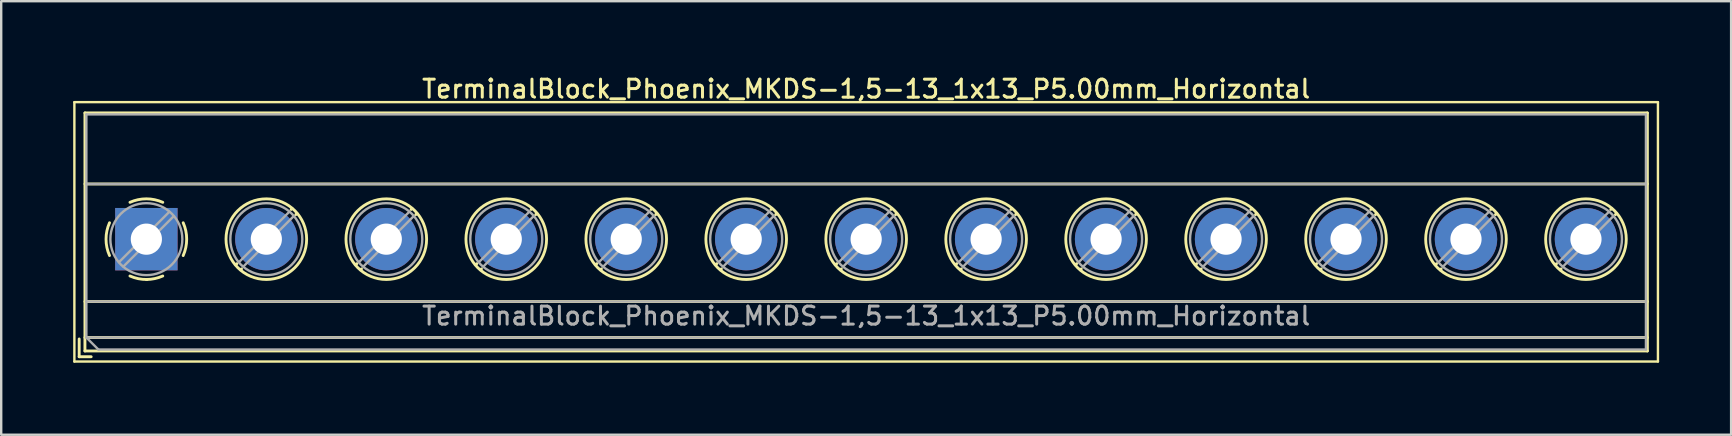
<source format=kicad_pcb>
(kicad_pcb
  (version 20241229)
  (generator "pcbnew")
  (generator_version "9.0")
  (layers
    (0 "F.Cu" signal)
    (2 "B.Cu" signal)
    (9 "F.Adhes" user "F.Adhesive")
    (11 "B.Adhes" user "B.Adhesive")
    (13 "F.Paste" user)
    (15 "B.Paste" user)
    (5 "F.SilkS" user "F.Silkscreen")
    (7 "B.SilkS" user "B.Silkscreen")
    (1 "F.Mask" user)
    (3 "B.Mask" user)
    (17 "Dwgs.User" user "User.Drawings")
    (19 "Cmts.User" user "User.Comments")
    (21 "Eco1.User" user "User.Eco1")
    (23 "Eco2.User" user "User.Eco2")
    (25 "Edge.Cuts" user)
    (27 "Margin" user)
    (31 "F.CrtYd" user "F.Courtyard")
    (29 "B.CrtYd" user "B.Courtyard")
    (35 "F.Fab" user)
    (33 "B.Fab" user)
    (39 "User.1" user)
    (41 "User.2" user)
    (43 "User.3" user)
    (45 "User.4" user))
  (footprint "TerminalBlock_Phoenix_MKDS-1,5-13_1x13_P5.00mm_Horizontal"
    (layer "F.Cu")
    (at 3.05 6.918)
    (property "Reference" "TerminalBlock_Phoenix_MKDS-1,5-13_1x13_P5.00mm_Horizontal" (at 30 -6.26 0) (layer "F.SilkS") (effects (font (size 0.75 0.75) (thickness 0.125))))
    (attr through_hole)
    (fp_line (start -3 -5.71) (end -3 5.1) (stroke (width 0.1) (type solid)) (layer "F.SilkS"))
    (fp_line (start -3 5.1) (end 63 5.1) (stroke (width 0.1) (type solid)) (layer "F.SilkS"))
    (fp_line (start -2.8 4.16) (end -2.8 4.9) (stroke (width 0.12) (type solid)) (layer "F.SilkS"))
    (fp_line (start -2.8 4.9) (end -2.3 4.9) (stroke (width 0.12) (type solid)) (layer "F.SilkS"))
    (fp_line (start -2.56 -5.261) (end -2.56 4.66) (stroke (width 0.12) (type solid)) (layer "F.SilkS"))
    (fp_line (start -2.56 -5.261) (end 62.56 -5.261) (stroke (width 0.12) (type solid)) (layer "F.SilkS"))
    (fp_line (start -2.56 -2.301) (end 62.56 -2.301) (stroke (width 0.12) (type solid)) (layer "F.SilkS"))
    (fp_line (start -2.56 2.6) (end 62.56 2.6) (stroke (width 0.12) (type solid)) (layer "F.SilkS"))
    (fp_line (start -2.56 4.1) (end 62.56 4.1) (stroke (width 0.12) (type solid)) (layer "F.SilkS"))
    (fp_line (start -2.56 4.66) (end 62.56 4.66) (stroke (width 0.12) (type solid)) (layer "F.SilkS"))
    (fp_line (start 3.773 1.023) (end 3.726 1.069) (stroke (width 0.12) (type solid)) (layer "F.SilkS"))
    (fp_line (start 3.966 1.239) (end 3.931 1.274) (stroke (width 0.12) (type solid)) (layer "F.SilkS"))
    (fp_line (start 6.07 -1.275) (end 6.035 -1.239) (stroke (width 0.12) (type solid)) (layer "F.SilkS"))
    (fp_line (start 6.275 -1.069) (end 6.228 -1.023) (stroke (width 0.12) (type solid)) (layer "F.SilkS"))
    (fp_line (start 8.773 1.023) (end 8.726 1.069) (stroke (width 0.12) (type solid)) (layer "F.SilkS"))
    (fp_line (start 8.966 1.239) (end 8.931 1.274) (stroke (width 0.12) (type solid)) (layer "F.SilkS"))
    (fp_line (start 11.07 -1.275) (end 11.035 -1.239) (stroke (width 0.12) (type solid)) (layer "F.SilkS"))
    (fp_line (start 11.275 -1.069) (end 11.228 -1.023) (stroke (width 0.12) (type solid)) (layer "F.SilkS"))
    (fp_line (start 13.773 1.023) (end 13.726 1.069) (stroke (width 0.12) (type solid)) (layer "F.SilkS"))
    (fp_line (start 13.966 1.239) (end 13.931 1.274) (stroke (width 0.12) (type solid)) (layer "F.SilkS"))
    (fp_line (start 16.07 -1.275) (end 16.035 -1.239) (stroke (width 0.12) (type solid)) (layer "F.SilkS"))
    (fp_line (start 16.275 -1.069) (end 16.228 -1.023) (stroke (width 0.12) (type solid)) (layer "F.SilkS"))
    (fp_line (start 18.773 1.023) (end 18.726 1.069) (stroke (width 0.12) (type solid)) (layer "F.SilkS"))
    (fp_line (start 18.966 1.239) (end 18.931 1.274) (stroke (width 0.12) (type solid)) (layer "F.SilkS"))
    (fp_line (start 21.07 -1.275) (end 21.035 -1.239) (stroke (width 0.12) (type solid)) (layer "F.SilkS"))
    (fp_line (start 21.275 -1.069) (end 21.228 -1.023) (stroke (width 0.12) (type solid)) (layer "F.SilkS"))
    (fp_line (start 23.773 1.023) (end 23.726 1.069) (stroke (width 0.12) (type solid)) (layer "F.SilkS"))
    (fp_line (start 23.966 1.239) (end 23.931 1.274) (stroke (width 0.12) (type solid)) (layer "F.SilkS"))
    (fp_line (start 26.07 -1.275) (end 26.035 -1.239) (stroke (width 0.12) (type solid)) (layer "F.SilkS"))
    (fp_line (start 26.275 -1.069) (end 26.228 -1.023) (stroke (width 0.12) (type solid)) (layer "F.SilkS"))
    (fp_line (start 28.773 1.023) (end 28.726 1.069) (stroke (width 0.12) (type solid)) (layer "F.SilkS"))
    (fp_line (start 28.966 1.239) (end 28.931 1.274) (stroke (width 0.12) (type solid)) (layer "F.SilkS"))
    (fp_line (start 31.07 -1.275) (end 31.035 -1.239) (stroke (width 0.12) (type solid)) (layer "F.SilkS"))
    (fp_line (start 31.275 -1.069) (end 31.228 -1.023) (stroke (width 0.12) (type solid)) (layer "F.SilkS"))
    (fp_line (start 33.773 1.023) (end 33.726 1.069) (stroke (width 0.12) (type solid)) (layer "F.SilkS"))
    (fp_line (start 33.966 1.239) (end 33.931 1.274) (stroke (width 0.12) (type solid)) (layer "F.SilkS"))
    (fp_line (start 36.07 -1.275) (end 36.035 -1.239) (stroke (width 0.12) (type solid)) (layer "F.SilkS"))
    (fp_line (start 36.275 -1.069) (end 36.228 -1.023) (stroke (width 0.12) (type solid)) (layer "F.SilkS"))
    (fp_line (start 38.773 1.023) (end 38.726 1.069) (stroke (width 0.12) (type solid)) (layer "F.SilkS"))
    (fp_line (start 38.966 1.239) (end 38.931 1.274) (stroke (width 0.12) (type solid)) (layer "F.SilkS"))
    (fp_line (start 41.07 -1.275) (end 41.035 -1.239) (stroke (width 0.12) (type solid)) (layer "F.SilkS"))
    (fp_line (start 41.275 -1.069) (end 41.228 -1.023) (stroke (width 0.12) (type solid)) (layer "F.SilkS"))
    (fp_line (start 43.773 1.023) (end 43.726 1.069) (stroke (width 0.12) (type solid)) (layer "F.SilkS"))
    (fp_line (start 43.966 1.239) (end 43.931 1.274) (stroke (width 0.12) (type solid)) (layer "F.SilkS"))
    (fp_line (start 46.07 -1.275) (end 46.035 -1.239) (stroke (width 0.12) (type solid)) (layer "F.SilkS"))
    (fp_line (start 46.275 -1.069) (end 46.228 -1.023) (stroke (width 0.12) (type solid)) (layer "F.SilkS"))
    (fp_line (start 48.773 1.023) (end 48.726 1.069) (stroke (width 0.12) (type solid)) (layer "F.SilkS"))
    (fp_line (start 48.966 1.239) (end 48.931 1.274) (stroke (width 0.12) (type solid)) (layer "F.SilkS"))
    (fp_line (start 51.07 -1.275) (end 51.035 -1.239) (stroke (width 0.12) (type solid)) (layer "F.SilkS"))
    (fp_line (start 51.275 -1.069) (end 51.228 -1.023) (stroke (width 0.12) (type solid)) (layer "F.SilkS"))
    (fp_line (start 53.773 1.023) (end 53.726 1.069) (stroke (width 0.12) (type solid)) (layer "F.SilkS"))
    (fp_line (start 53.966 1.239) (end 53.931 1.274) (stroke (width 0.12) (type solid)) (layer "F.SilkS"))
    (fp_line (start 56.07 -1.275) (end 56.035 -1.239) (stroke (width 0.12) (type solid)) (layer "F.SilkS"))
    (fp_line (start 56.275 -1.069) (end 56.228 -1.023) (stroke (width 0.12) (type solid)) (layer "F.SilkS"))
    (fp_line (start 58.773 1.023) (end 58.726 1.069) (stroke (width 0.12) (type solid)) (layer "F.SilkS"))
    (fp_line (start 58.966 1.239) (end 58.931 1.274) (stroke (width 0.12) (type solid)) (layer "F.SilkS"))
    (fp_line (start 61.07 -1.275) (end 61.035 -1.239) (stroke (width 0.12) (type solid)) (layer "F.SilkS"))
    (fp_line (start 61.275 -1.069) (end 61.228 -1.023) (stroke (width 0.12) (type solid)) (layer "F.SilkS"))
    (fp_line (start 62.56 -5.261) (end 62.56 4.66) (stroke (width 0.12) (type solid)) (layer "F.SilkS"))
    (fp_line (start 63 -5.71) (end -3 -5.71) (stroke (width 0.1) (type solid)) (layer "F.SilkS"))
    (fp_line (start 63 5.1) (end 63 -5.71) (stroke (width 0.1) (type solid)) (layer "F.SilkS"))
    (fp_arc (start -1.535427 0.683042) (mid -1.680501 -0.000524) (end -1.535 -0.684) (stroke (width 0.12) (type solid)) (layer "F.SilkS"))
    (fp_arc (start -0.683042 -1.535427) (mid 0.000524 -1.680501) (end 0.684 -1.535) (stroke (width 0.12) (type solid)) (layer "F.SilkS"))
    (fp_arc (start 0.028805 1.680253) (mid -0.335551 1.646659) (end -0.684 1.535) (stroke (width 0.12) (type solid)) (layer "F.SilkS"))
    (fp_arc (start 0.683318 1.534756) (mid 0.349292 1.643288) (end 0 1.68) (stroke (width 0.12) (type solid)) (layer "F.SilkS"))
    (fp_arc (start 1.535427 -0.683042) (mid 1.680501 0.000524) (end 1.535 0.684) (stroke (width 0.12) (type solid)) (layer "F.SilkS"))
    (fp_circle (center 5 0) (end 6.68 0) (stroke (width 0.12) (type solid)) (fill no) (layer "F.SilkS"))
    (fp_circle (center 10 0) (end 11.68 0) (stroke (width 0.12) (type solid)) (fill no) (layer "F.SilkS"))
    (fp_circle (center 15 0) (end 16.68 0) (stroke (width 0.12) (type solid)) (fill no) (layer "F.SilkS"))
    (fp_circle (center 20 0) (end 21.68 0) (stroke (width 0.12) (type solid)) (fill no) (layer "F.SilkS"))
    (fp_circle (center 25 0) (end 26.68 0) (stroke (width 0.12) (type solid)) (fill no) (layer "F.SilkS"))
    (fp_circle (center 30 0) (end 31.68 0) (stroke (width 0.12) (type solid)) (fill no) (layer "F.SilkS"))
    (fp_circle (center 35 0) (end 36.68 0) (stroke (width 0.12) (type solid)) (fill no) (layer "F.SilkS"))
    (fp_circle (center 40 0) (end 41.68 0) (stroke (width 0.12) (type solid)) (fill no) (layer "F.SilkS"))
    (fp_circle (center 45 0) (end 46.68 0) (stroke (width 0.12) (type solid)) (fill no) (layer "F.SilkS"))
    (fp_circle (center 50 0) (end 51.68 0) (stroke (width 0.12) (type solid)) (fill no) (layer "F.SilkS"))
    (fp_circle (center 55 0) (end 56.68 0) (stroke (width 0.12) (type solid)) (fill no) (layer "F.SilkS"))
    (fp_circle (center 60 0) (end 61.68 0) (stroke (width 0.12) (type solid)) (fill no) (layer "F.SilkS"))
    (fp_line (start -2.5 -5.2) (end 62.5 -5.2) (stroke (width 0.1) (type solid)) (layer "F.Fab"))
    (fp_line (start -2.5 -2.3) (end 62.5 -2.3) (stroke (width 0.1) (type solid)) (layer "F.Fab"))
    (fp_line (start -2.5 2.6) (end 62.5 2.6) (stroke (width 0.1) (type solid)) (layer "F.Fab"))
    (fp_line (start -2.5 4.1) (end -2.5 -5.2) (stroke (width 0.1) (type solid)) (layer "F.Fab"))
    (fp_line (start -2.5 4.1) (end 62.5 4.1) (stroke (width 0.1) (type solid)) (layer "F.Fab"))
    (fp_line (start -2 4.6) (end -2.5 4.1) (stroke (width 0.1) (type solid)) (layer "F.Fab"))
    (fp_line (start 0.955 -1.138) (end -1.138 0.955) (stroke (width 0.1) (type solid)) (layer "F.Fab"))
    (fp_line (start 1.138 -0.955) (end -0.955 1.138) (stroke (width 0.1) (type solid)) (layer "F.Fab"))
    (fp_line (start 5.955 -1.138) (end 3.863 0.955) (stroke (width 0.1) (type solid)) (layer "F.Fab"))
    (fp_line (start 6.138 -0.955) (end 4.046 1.138) (stroke (width 0.1) (type solid)) (layer "F.Fab"))
    (fp_line (start 10.955 -1.138) (end 8.863 0.955) (stroke (width 0.1) (type solid)) (layer "F.Fab"))
    (fp_line (start 11.138 -0.955) (end 9.046 1.138) (stroke (width 0.1) (type solid)) (layer "F.Fab"))
    (fp_line (start 15.955 -1.138) (end 13.863 0.955) (stroke (width 0.1) (type solid)) (layer "F.Fab"))
    (fp_line (start 16.138 -0.955) (end 14.046 1.138) (stroke (width 0.1) (type solid)) (layer "F.Fab"))
    (fp_line (start 20.955 -1.138) (end 18.863 0.955) (stroke (width 0.1) (type solid)) (layer "F.Fab"))
    (fp_line (start 21.138 -0.955) (end 19.046 1.138) (stroke (width 0.1) (type solid)) (layer "F.Fab"))
    (fp_line (start 25.955 -1.138) (end 23.863 0.955) (stroke (width 0.1) (type solid)) (layer "F.Fab"))
    (fp_line (start 26.138 -0.955) (end 24.046 1.138) (stroke (width 0.1) (type solid)) (layer "F.Fab"))
    (fp_line (start 30.955 -1.138) (end 28.863 0.955) (stroke (width 0.1) (type solid)) (layer "F.Fab"))
    (fp_line (start 31.138 -0.955) (end 29.046 1.138) (stroke (width 0.1) (type solid)) (layer "F.Fab"))
    (fp_line (start 35.955 -1.138) (end 33.863 0.955) (stroke (width 0.1) (type solid)) (layer "F.Fab"))
    (fp_line (start 36.138 -0.955) (end 34.046 1.138) (stroke (width 0.1) (type solid)) (layer "F.Fab"))
    (fp_line (start 40.955 -1.138) (end 38.863 0.955) (stroke (width 0.1) (type solid)) (layer "F.Fab"))
    (fp_line (start 41.138 -0.955) (end 39.046 1.138) (stroke (width 0.1) (type solid)) (layer "F.Fab"))
    (fp_line (start 45.955 -1.138) (end 43.863 0.955) (stroke (width 0.1) (type solid)) (layer "F.Fab"))
    (fp_line (start 46.138 -0.955) (end 44.046 1.138) (stroke (width 0.1) (type solid)) (layer "F.Fab"))
    (fp_line (start 50.955 -1.138) (end 48.863 0.955) (stroke (width 0.1) (type solid)) (layer "F.Fab"))
    (fp_line (start 51.138 -0.955) (end 49.046 1.138) (stroke (width 0.1) (type solid)) (layer "F.Fab"))
    (fp_line (start 55.955 -1.138) (end 53.863 0.955) (stroke (width 0.1) (type solid)) (layer "F.Fab"))
    (fp_line (start 56.138 -0.955) (end 54.046 1.138) (stroke (width 0.1) (type solid)) (layer "F.Fab"))
    (fp_line (start 60.955 -1.138) (end 58.863 0.955) (stroke (width 0.1) (type solid)) (layer "F.Fab"))
    (fp_line (start 61.138 -0.955) (end 59.046 1.138) (stroke (width 0.1) (type solid)) (layer "F.Fab"))
    (fp_line (start 62.5 -5.2) (end 62.5 4.6) (stroke (width 0.1) (type solid)) (layer "F.Fab"))
    (fp_line (start 62.5 4.6) (end -2 4.6) (stroke (width 0.1) (type solid)) (layer "F.Fab"))
    (fp_circle (center 0 0) (end 1.5 0) (stroke (width 0.1) (type solid)) (fill no) (layer "F.Fab"))
    (fp_circle (center 5 0) (end 6.5 0) (stroke (width 0.1) (type solid)) (fill no) (layer "F.Fab"))
    (fp_circle (center 10 0) (end 11.5 0) (stroke (width 0.1) (type solid)) (fill no) (layer "F.Fab"))
    (fp_circle (center 15 0) (end 16.5 0) (stroke (width 0.1) (type solid)) (fill no) (layer "F.Fab"))
    (fp_circle (center 20 0) (end 21.5 0) (stroke (width 0.1) (type solid)) (fill no) (layer "F.Fab"))
    (fp_circle (center 25 0) (end 26.5 0) (stroke (width 0.1) (type solid)) (fill no) (layer "F.Fab"))
    (fp_circle (center 30 0) (end 31.5 0) (stroke (width 0.1) (type solid)) (fill no) (layer "F.Fab"))
    (fp_circle (center 35 0) (end 36.5 0) (stroke (width 0.1) (type solid)) (fill no) (layer "F.Fab"))
    (fp_circle (center 40 0) (end 41.5 0) (stroke (width 0.1) (type solid)) (fill no) (layer "F.Fab"))
    (fp_circle (center 45 0) (end 46.5 0) (stroke (width 0.1) (type solid)) (fill no) (layer "F.Fab"))
    (fp_circle (center 50 0) (end 51.5 0) (stroke (width 0.1) (type solid)) (fill no) (layer "F.Fab"))
    (fp_circle (center 55 0) (end 56.5 0) (stroke (width 0.1) (type solid)) (fill no) (layer "F.Fab"))
    (fp_circle (center 60 0) (end 61.5 0) (stroke (width 0.1) (type solid)) (fill no) (layer "F.Fab"))
    (fp_text user "${REFERENCE}" (at 30 3.2 0) (layer "F.Fab") (effects (font (size 0.75 0.75) (thickness 0.125))))
    (pad "1" thru_hole rect (at 0 0) (size 2.6 2.6) (drill 1.3) (layers "*.Cu" "*.Mask"))
    (pad "2" thru_hole circle (at 5 0) (size 2.6 2.6) (drill 1.3) (layers "*.Cu" "*.Mask"))
    (pad "3" thru_hole circle (at 10 0) (size 2.6 2.6) (drill 1.3) (layers "*.Cu" "*.Mask"))
    (pad "4" thru_hole circle (at 15 0) (size 2.6 2.6) (drill 1.3) (layers "*.Cu" "*.Mask"))
    (pad "5" thru_hole circle (at 20 0) (size 2.6 2.6) (drill 1.3) (layers "*.Cu" "*.Mask"))
    (pad "6" thru_hole circle (at 25 0) (size 2.6 2.6) (drill 1.3) (layers "*.Cu" "*.Mask"))
    (pad "7" thru_hole circle (at 30 0) (size 2.6 2.6) (drill 1.3) (layers "*.Cu" "*.Mask"))
    (pad "8" thru_hole circle (at 35 0) (size 2.6 2.6) (drill 1.3) (layers "*.Cu" "*.Mask"))
    (pad "9" thru_hole circle (at 40 0) (size 2.6 2.6) (drill 1.3) (layers "*.Cu" "*.Mask"))
    (pad "10" thru_hole circle (at 45 0) (size 2.6 2.6) (drill 1.3) (layers "*.Cu" "*.Mask"))
    (pad "11" thru_hole circle (at 50 0) (size 2.6 2.6) (drill 1.3) (layers "*.Cu" "*.Mask"))
    (pad "12" thru_hole circle (at 55 0) (size 2.6 2.6) (drill 1.3) (layers "*.Cu" "*.Mask"))
    (pad "13" thru_hole circle (at 60 0) (size 2.6 2.6) (drill 1.3) (layers "*.Cu" "*.Mask")))
  (gr_rect
    (start -3 -3)
    (end 69.1 15.068)
    (stroke (width 0.1) (type default))
    (fill no)
    (layer "Edge.Cuts")))
</source>
